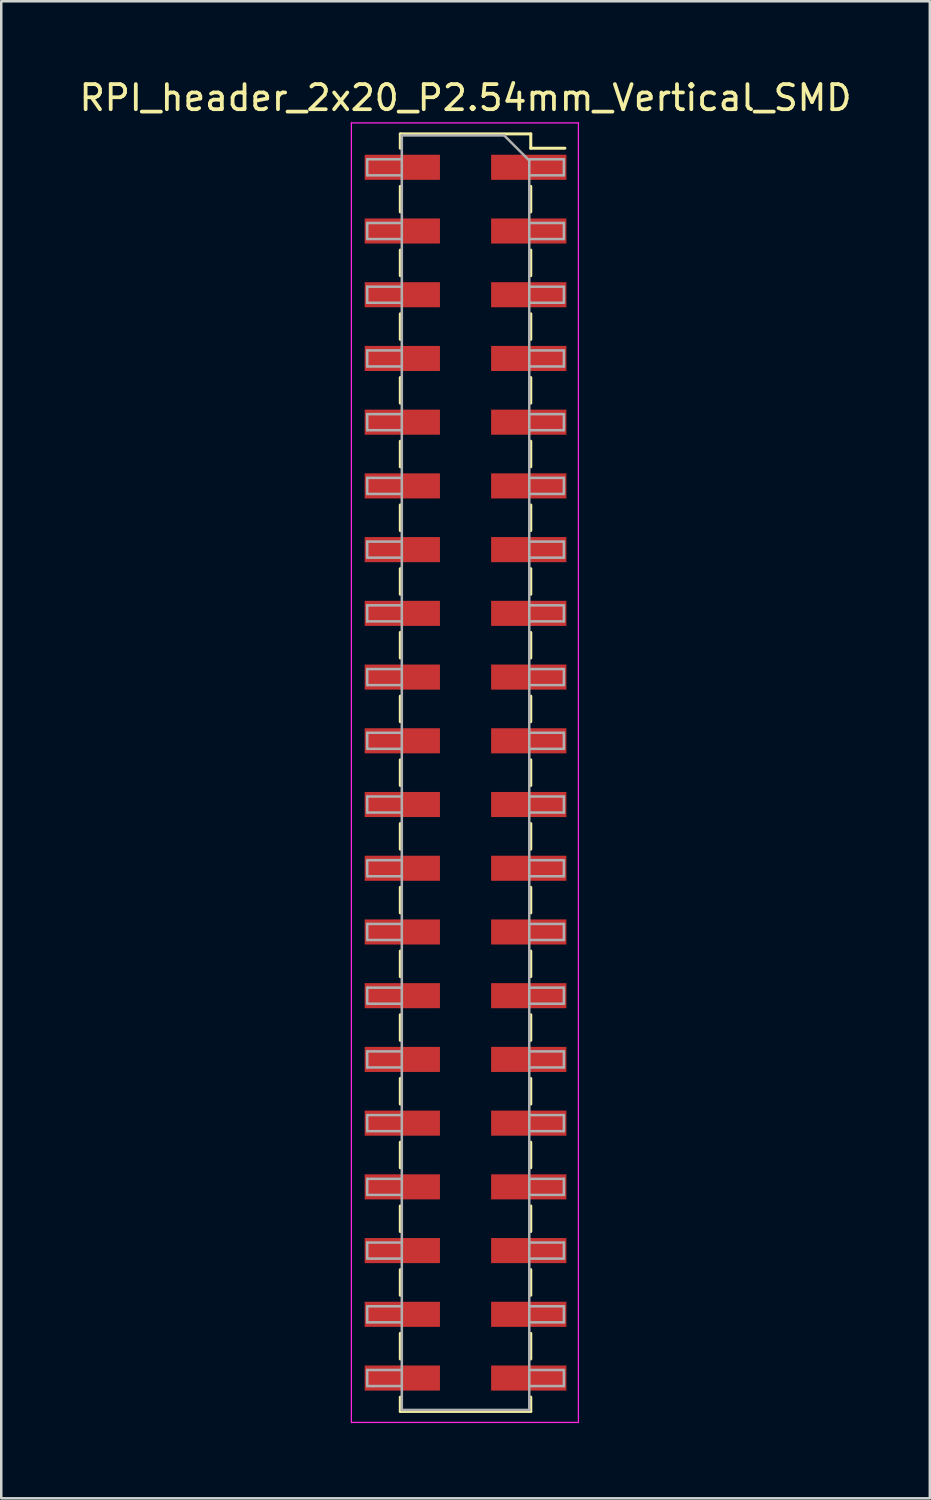
<source format=kicad_pcb>
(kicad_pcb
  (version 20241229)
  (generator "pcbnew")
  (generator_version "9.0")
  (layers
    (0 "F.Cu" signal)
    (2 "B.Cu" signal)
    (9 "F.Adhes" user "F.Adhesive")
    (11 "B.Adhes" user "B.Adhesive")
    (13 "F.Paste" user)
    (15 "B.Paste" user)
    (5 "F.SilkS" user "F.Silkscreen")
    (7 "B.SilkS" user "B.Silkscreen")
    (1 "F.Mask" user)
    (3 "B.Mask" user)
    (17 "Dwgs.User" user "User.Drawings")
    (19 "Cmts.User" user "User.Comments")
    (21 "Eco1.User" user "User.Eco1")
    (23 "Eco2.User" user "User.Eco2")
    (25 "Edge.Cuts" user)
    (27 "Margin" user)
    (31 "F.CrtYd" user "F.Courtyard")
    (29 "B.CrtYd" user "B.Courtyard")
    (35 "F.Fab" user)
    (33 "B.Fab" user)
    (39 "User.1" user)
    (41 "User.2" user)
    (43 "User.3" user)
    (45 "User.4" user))
  (footprint "RPI_header_2x20_P2.54mm_Vertical_SMD"
    (layer "F.Cu")
    (at 15.506 27.748)
    (property "Reference" "RPI_header_2x20_P2.54mm_Vertical_SMD" (at 0 -26.9 0) (layer "F.SilkS") (effects (font (size 1 1) (thickness 0.15))))
    (attr smd)
    (fp_line (start -2.6 -25.46) (end -2.6 -24.89) (stroke (width 0.12) (type solid)) (layer "F.SilkS"))
    (fp_line (start -2.6 -25.46) (end 2.6 -25.46) (stroke (width 0.12) (type solid)) (layer "F.SilkS"))
    (fp_line (start -2.6 -23.37) (end -2.6 -22.35) (stroke (width 0.12) (type solid)) (layer "F.SilkS"))
    (fp_line (start -2.6 -20.83) (end -2.6 -19.81) (stroke (width 0.12) (type solid)) (layer "F.SilkS"))
    (fp_line (start -2.6 -18.29) (end -2.6 -17.27) (stroke (width 0.12) (type solid)) (layer "F.SilkS"))
    (fp_line (start -2.6 -15.75) (end -2.6 -14.73) (stroke (width 0.12) (type solid)) (layer "F.SilkS"))
    (fp_line (start -2.6 -13.21) (end -2.6 -12.19) (stroke (width 0.12) (type solid)) (layer "F.SilkS"))
    (fp_line (start -2.6 -10.67) (end -2.6 -9.65) (stroke (width 0.12) (type solid)) (layer "F.SilkS"))
    (fp_line (start -2.6 -8.13) (end -2.6 -7.11) (stroke (width 0.12) (type solid)) (layer "F.SilkS"))
    (fp_line (start -2.6 -5.59) (end -2.6 -4.57) (stroke (width 0.12) (type solid)) (layer "F.SilkS"))
    (fp_line (start -2.6 -3.05) (end -2.6 -2.03) (stroke (width 0.12) (type solid)) (layer "F.SilkS"))
    (fp_line (start -2.6 -0.51) (end -2.6 0.51) (stroke (width 0.12) (type solid)) (layer "F.SilkS"))
    (fp_line (start -2.6 2.03) (end -2.6 3.05) (stroke (width 0.12) (type solid)) (layer "F.SilkS"))
    (fp_line (start -2.6 4.57) (end -2.6 5.59) (stroke (width 0.12) (type solid)) (layer "F.SilkS"))
    (fp_line (start -2.6 7.11) (end -2.6 8.13) (stroke (width 0.12) (type solid)) (layer "F.SilkS"))
    (fp_line (start -2.6 9.65) (end -2.6 10.67) (stroke (width 0.12) (type solid)) (layer "F.SilkS"))
    (fp_line (start -2.6 12.19) (end -2.6 13.21) (stroke (width 0.12) (type solid)) (layer "F.SilkS"))
    (fp_line (start -2.6 14.73) (end -2.6 15.75) (stroke (width 0.12) (type solid)) (layer "F.SilkS"))
    (fp_line (start -2.6 17.27) (end -2.6 18.29) (stroke (width 0.12) (type solid)) (layer "F.SilkS"))
    (fp_line (start -2.6 19.81) (end -2.6 20.83) (stroke (width 0.12) (type solid)) (layer "F.SilkS"))
    (fp_line (start -2.6 22.35) (end -2.6 23.37) (stroke (width 0.12) (type solid)) (layer "F.SilkS"))
    (fp_line (start -2.6 24.89) (end -2.6 25.46) (stroke (width 0.12) (type solid)) (layer "F.SilkS"))
    (fp_line (start -2.6 25.46) (end 2.6 25.46) (stroke (width 0.12) (type solid)) (layer "F.SilkS"))
    (fp_line (start 2.6 -25.46) (end 2.6 -24.89) (stroke (width 0.12) (type solid)) (layer "F.SilkS"))
    (fp_line (start 2.6 -24.89) (end 3.96 -24.89) (stroke (width 0.12) (type solid)) (layer "F.SilkS"))
    (fp_line (start 2.6 -23.37) (end 2.6 -22.35) (stroke (width 0.12) (type solid)) (layer "F.SilkS"))
    (fp_line (start 2.6 -20.83) (end 2.6 -19.81) (stroke (width 0.12) (type solid)) (layer "F.SilkS"))
    (fp_line (start 2.6 -18.29) (end 2.6 -17.27) (stroke (width 0.12) (type solid)) (layer "F.SilkS"))
    (fp_line (start 2.6 -15.75) (end 2.6 -14.73) (stroke (width 0.12) (type solid)) (layer "F.SilkS"))
    (fp_line (start 2.6 -13.21) (end 2.6 -12.19) (stroke (width 0.12) (type solid)) (layer "F.SilkS"))
    (fp_line (start 2.6 -10.67) (end 2.6 -9.65) (stroke (width 0.12) (type solid)) (layer "F.SilkS"))
    (fp_line (start 2.6 -8.13) (end 2.6 -7.11) (stroke (width 0.12) (type solid)) (layer "F.SilkS"))
    (fp_line (start 2.6 -5.59) (end 2.6 -4.57) (stroke (width 0.12) (type solid)) (layer "F.SilkS"))
    (fp_line (start 2.6 -3.05) (end 2.6 -2.03) (stroke (width 0.12) (type solid)) (layer "F.SilkS"))
    (fp_line (start 2.6 -0.51) (end 2.6 0.51) (stroke (width 0.12) (type solid)) (layer "F.SilkS"))
    (fp_line (start 2.6 2.03) (end 2.6 3.05) (stroke (width 0.12) (type solid)) (layer "F.SilkS"))
    (fp_line (start 2.6 4.57) (end 2.6 5.59) (stroke (width 0.12) (type solid)) (layer "F.SilkS"))
    (fp_line (start 2.6 7.11) (end 2.6 8.13) (stroke (width 0.12) (type solid)) (layer "F.SilkS"))
    (fp_line (start 2.6 9.65) (end 2.6 10.67) (stroke (width 0.12) (type solid)) (layer "F.SilkS"))
    (fp_line (start 2.6 12.19) (end 2.6 13.21) (stroke (width 0.12) (type solid)) (layer "F.SilkS"))
    (fp_line (start 2.6 14.73) (end 2.6 15.75) (stroke (width 0.12) (type solid)) (layer "F.SilkS"))
    (fp_line (start 2.6 17.27) (end 2.6 18.29) (stroke (width 0.12) (type solid)) (layer "F.SilkS"))
    (fp_line (start 2.6 19.81) (end 2.6 20.83) (stroke (width 0.12) (type solid)) (layer "F.SilkS"))
    (fp_line (start 2.6 22.35) (end 2.6 23.37) (stroke (width 0.12) (type solid)) (layer "F.SilkS"))
    (fp_line (start 2.6 24.89) (end 2.6 25.46) (stroke (width 0.12) (type solid)) (layer "F.SilkS"))
    (fp_line (start -4.55 -25.9) (end 4.5 -25.9) (stroke (width 0.05) (type solid)) (layer "F.CrtYd"))
    (fp_line (start -4.55 25.9) (end -4.55 -25.9) (stroke (width 0.05) (type solid)) (layer "F.CrtYd"))
    (fp_line (start 4.5 -25.9) (end 4.5 25.9) (stroke (width 0.05) (type solid)) (layer "F.CrtYd"))
    (fp_line (start 4.5 25.9) (end -4.55 25.9) (stroke (width 0.05) (type solid)) (layer "F.CrtYd"))
    (fp_line (start -3.92 -24.45) (end -2.54 -24.45) (stroke (width 0.1) (type solid)) (layer "F.Fab"))
    (fp_line (start -3.92 -23.81) (end -3.92 -24.45) (stroke (width 0.1) (type solid)) (layer "F.Fab"))
    (fp_line (start -3.92 -21.91) (end -2.54 -21.91) (stroke (width 0.1) (type solid)) (layer "F.Fab"))
    (fp_line (start -3.92 -21.27) (end -3.92 -21.91) (stroke (width 0.1) (type solid)) (layer "F.Fab"))
    (fp_line (start -3.92 -19.37) (end -2.54 -19.37) (stroke (width 0.1) (type solid)) (layer "F.Fab"))
    (fp_line (start -3.92 -18.73) (end -3.92 -19.37) (stroke (width 0.1) (type solid)) (layer "F.Fab"))
    (fp_line (start -3.92 -16.83) (end -2.54 -16.83) (stroke (width 0.1) (type solid)) (layer "F.Fab"))
    (fp_line (start -3.92 -16.19) (end -3.92 -16.83) (stroke (width 0.1) (type solid)) (layer "F.Fab"))
    (fp_line (start -3.92 -14.29) (end -2.54 -14.29) (stroke (width 0.1) (type solid)) (layer "F.Fab"))
    (fp_line (start -3.92 -13.65) (end -3.92 -14.29) (stroke (width 0.1) (type solid)) (layer "F.Fab"))
    (fp_line (start -3.92 -11.75) (end -2.54 -11.75) (stroke (width 0.1) (type solid)) (layer "F.Fab"))
    (fp_line (start -3.92 -11.11) (end -3.92 -11.75) (stroke (width 0.1) (type solid)) (layer "F.Fab"))
    (fp_line (start -3.92 -9.21) (end -2.54 -9.21) (stroke (width 0.1) (type solid)) (layer "F.Fab"))
    (fp_line (start -3.92 -8.57) (end -3.92 -9.21) (stroke (width 0.1) (type solid)) (layer "F.Fab"))
    (fp_line (start -3.92 -6.67) (end -2.54 -6.67) (stroke (width 0.1) (type solid)) (layer "F.Fab"))
    (fp_line (start -3.92 -6.03) (end -3.92 -6.67) (stroke (width 0.1) (type solid)) (layer "F.Fab"))
    (fp_line (start -3.92 -4.13) (end -2.54 -4.13) (stroke (width 0.1) (type solid)) (layer "F.Fab"))
    (fp_line (start -3.92 -3.49) (end -3.92 -4.13) (stroke (width 0.1) (type solid)) (layer "F.Fab"))
    (fp_line (start -3.92 -1.59) (end -2.54 -1.59) (stroke (width 0.1) (type solid)) (layer "F.Fab"))
    (fp_line (start -3.92 -0.95) (end -3.92 -1.59) (stroke (width 0.1) (type solid)) (layer "F.Fab"))
    (fp_line (start -3.92 0.95) (end -2.54 0.95) (stroke (width 0.1) (type solid)) (layer "F.Fab"))
    (fp_line (start -3.92 1.59) (end -3.92 0.95) (stroke (width 0.1) (type solid)) (layer "F.Fab"))
    (fp_line (start -3.92 3.49) (end -2.54 3.49) (stroke (width 0.1) (type solid)) (layer "F.Fab"))
    (fp_line (start -3.92 4.13) (end -3.92 3.49) (stroke (width 0.1) (type solid)) (layer "F.Fab"))
    (fp_line (start -3.92 6.03) (end -2.54 6.03) (stroke (width 0.1) (type solid)) (layer "F.Fab"))
    (fp_line (start -3.92 6.67) (end -3.92 6.03) (stroke (width 0.1) (type solid)) (layer "F.Fab"))
    (fp_line (start -3.92 8.57) (end -2.54 8.57) (stroke (width 0.1) (type solid)) (layer "F.Fab"))
    (fp_line (start -3.92 9.21) (end -3.92 8.57) (stroke (width 0.1) (type solid)) (layer "F.Fab"))
    (fp_line (start -3.92 11.11) (end -2.54 11.11) (stroke (width 0.1) (type solid)) (layer "F.Fab"))
    (fp_line (start -3.92 11.75) (end -3.92 11.11) (stroke (width 0.1) (type solid)) (layer "F.Fab"))
    (fp_line (start -3.92 13.65) (end -2.54 13.65) (stroke (width 0.1) (type solid)) (layer "F.Fab"))
    (fp_line (start -3.92 14.29) (end -3.92 13.65) (stroke (width 0.1) (type solid)) (layer "F.Fab"))
    (fp_line (start -3.92 16.19) (end -2.54 16.19) (stroke (width 0.1) (type solid)) (layer "F.Fab"))
    (fp_line (start -3.92 16.83) (end -3.92 16.19) (stroke (width 0.1) (type solid)) (layer "F.Fab"))
    (fp_line (start -3.92 18.73) (end -2.54 18.73) (stroke (width 0.1) (type solid)) (layer "F.Fab"))
    (fp_line (start -3.92 19.37) (end -3.92 18.73) (stroke (width 0.1) (type solid)) (layer "F.Fab"))
    (fp_line (start -3.92 21.27) (end -2.54 21.27) (stroke (width 0.1) (type solid)) (layer "F.Fab"))
    (fp_line (start -3.92 21.91) (end -3.92 21.27) (stroke (width 0.1) (type solid)) (layer "F.Fab"))
    (fp_line (start -3.92 23.81) (end -2.54 23.81) (stroke (width 0.1) (type solid)) (layer "F.Fab"))
    (fp_line (start -3.92 24.45) (end -3.92 23.81) (stroke (width 0.1) (type solid)) (layer "F.Fab"))
    (fp_line (start -2.54 -25.4) (end 1.54 -25.4) (stroke (width 0.1) (type solid)) (layer "F.Fab"))
    (fp_line (start -2.54 -23.81) (end -3.92 -23.81) (stroke (width 0.1) (type solid)) (layer "F.Fab"))
    (fp_line (start -2.54 -21.27) (end -3.92 -21.27) (stroke (width 0.1) (type solid)) (layer "F.Fab"))
    (fp_line (start -2.54 -18.73) (end -3.92 -18.73) (stroke (width 0.1) (type solid)) (layer "F.Fab"))
    (fp_line (start -2.54 -16.19) (end -3.92 -16.19) (stroke (width 0.1) (type solid)) (layer "F.Fab"))
    (fp_line (start -2.54 -13.65) (end -3.92 -13.65) (stroke (width 0.1) (type solid)) (layer "F.Fab"))
    (fp_line (start -2.54 -11.11) (end -3.92 -11.11) (stroke (width 0.1) (type solid)) (layer "F.Fab"))
    (fp_line (start -2.54 -8.57) (end -3.92 -8.57) (stroke (width 0.1) (type solid)) (layer "F.Fab"))
    (fp_line (start -2.54 -6.03) (end -3.92 -6.03) (stroke (width 0.1) (type solid)) (layer "F.Fab"))
    (fp_line (start -2.54 -3.49) (end -3.92 -3.49) (stroke (width 0.1) (type solid)) (layer "F.Fab"))
    (fp_line (start -2.54 -0.95) (end -3.92 -0.95) (stroke (width 0.1) (type solid)) (layer "F.Fab"))
    (fp_line (start -2.54 1.59) (end -3.92 1.59) (stroke (width 0.1) (type solid)) (layer "F.Fab"))
    (fp_line (start -2.54 4.13) (end -3.92 4.13) (stroke (width 0.1) (type solid)) (layer "F.Fab"))
    (fp_line (start -2.54 6.67) (end -3.92 6.67) (stroke (width 0.1) (type solid)) (layer "F.Fab"))
    (fp_line (start -2.54 9.21) (end -3.92 9.21) (stroke (width 0.1) (type solid)) (layer "F.Fab"))
    (fp_line (start -2.54 11.75) (end -3.92 11.75) (stroke (width 0.1) (type solid)) (layer "F.Fab"))
    (fp_line (start -2.54 14.29) (end -3.92 14.29) (stroke (width 0.1) (type solid)) (layer "F.Fab"))
    (fp_line (start -2.54 16.83) (end -3.92 16.83) (stroke (width 0.1) (type solid)) (layer "F.Fab"))
    (fp_line (start -2.54 19.37) (end -3.92 19.37) (stroke (width 0.1) (type solid)) (layer "F.Fab"))
    (fp_line (start -2.54 21.91) (end -3.92 21.91) (stroke (width 0.1) (type solid)) (layer "F.Fab"))
    (fp_line (start -2.54 24.45) (end -3.92 24.45) (stroke (width 0.1) (type solid)) (layer "F.Fab"))
    (fp_line (start -2.54 25.4) (end -2.54 -25.4) (stroke (width 0.1) (type solid)) (layer "F.Fab"))
    (fp_line (start 1.54 -25.4) (end 2.54 -24.4) (stroke (width 0.1) (type solid)) (layer "F.Fab"))
    (fp_line (start 2.54 -24.45) (end 3.92 -24.45) (stroke (width 0.1) (type solid)) (layer "F.Fab"))
    (fp_line (start 2.54 -24.4) (end 2.54 25.4) (stroke (width 0.1) (type solid)) (layer "F.Fab"))
    (fp_line (start 2.54 -21.91) (end 3.92 -21.91) (stroke (width 0.1) (type solid)) (layer "F.Fab"))
    (fp_line (start 2.54 -19.37) (end 3.92 -19.37) (stroke (width 0.1) (type solid)) (layer "F.Fab"))
    (fp_line (start 2.54 -16.83) (end 3.92 -16.83) (stroke (width 0.1) (type solid)) (layer "F.Fab"))
    (fp_line (start 2.54 -14.29) (end 3.92 -14.29) (stroke (width 0.1) (type solid)) (layer "F.Fab"))
    (fp_line (start 2.54 -11.75) (end 3.92 -11.75) (stroke (width 0.1) (type solid)) (layer "F.Fab"))
    (fp_line (start 2.54 -9.21) (end 3.92 -9.21) (stroke (width 0.1) (type solid)) (layer "F.Fab"))
    (fp_line (start 2.54 -6.67) (end 3.92 -6.67) (stroke (width 0.1) (type solid)) (layer "F.Fab"))
    (fp_line (start 2.54 -4.13) (end 3.92 -4.13) (stroke (width 0.1) (type solid)) (layer "F.Fab"))
    (fp_line (start 2.54 -1.59) (end 3.92 -1.59) (stroke (width 0.1) (type solid)) (layer "F.Fab"))
    (fp_line (start 2.54 0.95) (end 3.92 0.95) (stroke (width 0.1) (type solid)) (layer "F.Fab"))
    (fp_line (start 2.54 3.49) (end 3.92 3.49) (stroke (width 0.1) (type solid)) (layer "F.Fab"))
    (fp_line (start 2.54 6.03) (end 3.92 6.03) (stroke (width 0.1) (type solid)) (layer "F.Fab"))
    (fp_line (start 2.54 8.57) (end 3.92 8.57) (stroke (width 0.1) (type solid)) (layer "F.Fab"))
    (fp_line (start 2.54 11.11) (end 3.92 11.11) (stroke (width 0.1) (type solid)) (layer "F.Fab"))
    (fp_line (start 2.54 13.65) (end 3.92 13.65) (stroke (width 0.1) (type solid)) (layer "F.Fab"))
    (fp_line (start 2.54 16.19) (end 3.92 16.19) (stroke (width 0.1) (type solid)) (layer "F.Fab"))
    (fp_line (start 2.54 18.73) (end 3.92 18.73) (stroke (width 0.1) (type solid)) (layer "F.Fab"))
    (fp_line (start 2.54 21.27) (end 3.92 21.27) (stroke (width 0.1) (type solid)) (layer "F.Fab"))
    (fp_line (start 2.54 23.81) (end 3.92 23.81) (stroke (width 0.1) (type solid)) (layer "F.Fab"))
    (fp_line (start 2.54 25.4) (end -2.54 25.4) (stroke (width 0.1) (type solid)) (layer "F.Fab"))
    (fp_line (start 3.92 -24.45) (end 3.92 -23.81) (stroke (width 0.1) (type solid)) (layer "F.Fab"))
    (fp_line (start 3.92 -23.81) (end 2.54 -23.81) (stroke (width 0.1) (type solid)) (layer "F.Fab"))
    (fp_line (start 3.92 -21.91) (end 3.92 -21.27) (stroke (width 0.1) (type solid)) (layer "F.Fab"))
    (fp_line (start 3.92 -21.27) (end 2.54 -21.27) (stroke (width 0.1) (type solid)) (layer "F.Fab"))
    (fp_line (start 3.92 -19.37) (end 3.92 -18.73) (stroke (width 0.1) (type solid)) (layer "F.Fab"))
    (fp_line (start 3.92 -18.73) (end 2.54 -18.73) (stroke (width 0.1) (type solid)) (layer "F.Fab"))
    (fp_line (start 3.92 -16.83) (end 3.92 -16.19) (stroke (width 0.1) (type solid)) (layer "F.Fab"))
    (fp_line (start 3.92 -16.19) (end 2.54 -16.19) (stroke (width 0.1) (type solid)) (layer "F.Fab"))
    (fp_line (start 3.92 -14.29) (end 3.92 -13.65) (stroke (width 0.1) (type solid)) (layer "F.Fab"))
    (fp_line (start 3.92 -13.65) (end 2.54 -13.65) (stroke (width 0.1) (type solid)) (layer "F.Fab"))
    (fp_line (start 3.92 -11.75) (end 3.92 -11.11) (stroke (width 0.1) (type solid)) (layer "F.Fab"))
    (fp_line (start 3.92 -11.11) (end 2.54 -11.11) (stroke (width 0.1) (type solid)) (layer "F.Fab"))
    (fp_line (start 3.92 -9.21) (end 3.92 -8.57) (stroke (width 0.1) (type solid)) (layer "F.Fab"))
    (fp_line (start 3.92 -8.57) (end 2.54 -8.57) (stroke (width 0.1) (type solid)) (layer "F.Fab"))
    (fp_line (start 3.92 -6.67) (end 3.92 -6.03) (stroke (width 0.1) (type solid)) (layer "F.Fab"))
    (fp_line (start 3.92 -6.03) (end 2.54 -6.03) (stroke (width 0.1) (type solid)) (layer "F.Fab"))
    (fp_line (start 3.92 -4.13) (end 3.92 -3.49) (stroke (width 0.1) (type solid)) (layer "F.Fab"))
    (fp_line (start 3.92 -3.49) (end 2.54 -3.49) (stroke (width 0.1) (type solid)) (layer "F.Fab"))
    (fp_line (start 3.92 -1.59) (end 3.92 -0.95) (stroke (width 0.1) (type solid)) (layer "F.Fab"))
    (fp_line (start 3.92 -0.95) (end 2.54 -0.95) (stroke (width 0.1) (type solid)) (layer "F.Fab"))
    (fp_line (start 3.92 0.95) (end 3.92 1.59) (stroke (width 0.1) (type solid)) (layer "F.Fab"))
    (fp_line (start 3.92 1.59) (end 2.54 1.59) (stroke (width 0.1) (type solid)) (layer "F.Fab"))
    (fp_line (start 3.92 3.49) (end 3.92 4.13) (stroke (width 0.1) (type solid)) (layer "F.Fab"))
    (fp_line (start 3.92 4.13) (end 2.54 4.13) (stroke (width 0.1) (type solid)) (layer "F.Fab"))
    (fp_line (start 3.92 6.03) (end 3.92 6.67) (stroke (width 0.1) (type solid)) (layer "F.Fab"))
    (fp_line (start 3.92 6.67) (end 2.54 6.67) (stroke (width 0.1) (type solid)) (layer "F.Fab"))
    (fp_line (start 3.92 8.57) (end 3.92 9.21) (stroke (width 0.1) (type solid)) (layer "F.Fab"))
    (fp_line (start 3.92 9.21) (end 2.54 9.21) (stroke (width 0.1) (type solid)) (layer "F.Fab"))
    (fp_line (start 3.92 11.11) (end 3.92 11.75) (stroke (width 0.1) (type solid)) (layer "F.Fab"))
    (fp_line (start 3.92 11.75) (end 2.54 11.75) (stroke (width 0.1) (type solid)) (layer "F.Fab"))
    (fp_line (start 3.92 13.65) (end 3.92 14.29) (stroke (width 0.1) (type solid)) (layer "F.Fab"))
    (fp_line (start 3.92 14.29) (end 2.54 14.29) (stroke (width 0.1) (type solid)) (layer "F.Fab"))
    (fp_line (start 3.92 16.19) (end 3.92 16.83) (stroke (width 0.1) (type solid)) (layer "F.Fab"))
    (fp_line (start 3.92 16.83) (end 2.54 16.83) (stroke (width 0.1) (type solid)) (layer "F.Fab"))
    (fp_line (start 3.92 18.73) (end 3.92 19.37) (stroke (width 0.1) (type solid)) (layer "F.Fab"))
    (fp_line (start 3.92 19.37) (end 2.54 19.37) (stroke (width 0.1) (type solid)) (layer "F.Fab"))
    (fp_line (start 3.92 21.27) (end 3.92 21.91) (stroke (width 0.1) (type solid)) (layer "F.Fab"))
    (fp_line (start 3.92 21.91) (end 2.54 21.91) (stroke (width 0.1) (type solid)) (layer "F.Fab"))
    (fp_line (start 3.92 23.81) (end 3.92 24.45) (stroke (width 0.1) (type solid)) (layer "F.Fab"))
    (fp_line (start 3.92 24.45) (end 2.54 24.45) (stroke (width 0.1) (type solid)) (layer "F.Fab"))
    (pad "1" smd rect (at 2.52 -24.13) (size 3 1) (layers "F.Cu" "F.Mask" "F.Paste"))
    (pad "2" smd rect (at -2.52 -24.13) (size 3 1) (layers "F.Cu" "F.Mask" "F.Paste"))
    (pad "3" smd rect (at 2.52 -21.59) (size 3 1) (layers "F.Cu" "F.Mask" "F.Paste"))
    (pad "4" smd rect (at -2.52 -21.59) (size 3 1) (layers "F.Cu" "F.Mask" "F.Paste"))
    (pad "5" smd rect (at 2.52 -19.05) (size 3 1) (layers "F.Cu" "F.Mask" "F.Paste"))
    (pad "6" smd rect (at -2.52 -19.05) (size 3 1) (layers "F.Cu" "F.Mask" "F.Paste"))
    (pad "7" smd rect (at 2.52 -16.51) (size 3 1) (layers "F.Cu" "F.Mask" "F.Paste"))
    (pad "8" smd rect (at -2.52 -16.51) (size 3 1) (layers "F.Cu" "F.Mask" "F.Paste"))
    (pad "9" smd rect (at 2.52 -13.97) (size 3 1) (layers "F.Cu" "F.Mask" "F.Paste"))
    (pad "10" smd rect (at -2.52 -13.97) (size 3 1) (layers "F.Cu" "F.Mask" "F.Paste"))
    (pad "11" smd rect (at 2.52 -11.43) (size 3 1) (layers "F.Cu" "F.Mask" "F.Paste"))
    (pad "12" smd rect (at -2.52 -11.43) (size 3 1) (layers "F.Cu" "F.Mask" "F.Paste"))
    (pad "13" smd rect (at 2.52 -8.89) (size 3 1) (layers "F.Cu" "F.Mask" "F.Paste"))
    (pad "14" smd rect (at -2.52 -8.89) (size 3 1) (layers "F.Cu" "F.Mask" "F.Paste"))
    (pad "15" smd rect (at 2.52 -6.35) (size 3 1) (layers "F.Cu" "F.Mask" "F.Paste"))
    (pad "16" smd rect (at -2.52 -6.35) (size 3 1) (layers "F.Cu" "F.Mask" "F.Paste"))
    (pad "17" smd rect (at 2.52 -3.81) (size 3 1) (layers "F.Cu" "F.Mask" "F.Paste"))
    (pad "18" smd rect (at -2.52 -3.81) (size 3 1) (layers "F.Cu" "F.Mask" "F.Paste"))
    (pad "19" smd rect (at 2.52 -1.27) (size 3 1) (layers "F.Cu" "F.Mask" "F.Paste"))
    (pad "20" smd rect (at -2.52 -1.27) (size 3 1) (layers "F.Cu" "F.Mask" "F.Paste"))
    (pad "21" smd rect (at 2.52 1.27) (size 3 1) (layers "F.Cu" "F.Mask" "F.Paste"))
    (pad "22" smd rect (at -2.52 1.27) (size 3 1) (layers "F.Cu" "F.Mask" "F.Paste"))
    (pad "23" smd rect (at 2.52 3.81) (size 3 1) (layers "F.Cu" "F.Mask" "F.Paste"))
    (pad "24" smd rect (at -2.52 3.81) (size 3 1) (layers "F.Cu" "F.Mask" "F.Paste"))
    (pad "25" smd rect (at 2.52 6.35) (size 3 1) (layers "F.Cu" "F.Mask" "F.Paste"))
    (pad "26" smd rect (at -2.52 6.35) (size 3 1) (layers "F.Cu" "F.Mask" "F.Paste"))
    (pad "27" smd rect (at 2.52 8.89) (size 3 1) (layers "F.Cu" "F.Mask" "F.Paste"))
    (pad "28" smd rect (at -2.52 8.89) (size 3 1) (layers "F.Cu" "F.Mask" "F.Paste"))
    (pad "29" smd rect (at 2.52 11.43) (size 3 1) (layers "F.Cu" "F.Mask" "F.Paste"))
    (pad "30" smd rect (at -2.52 11.43) (size 3 1) (layers "F.Cu" "F.Mask" "F.Paste"))
    (pad "31" smd rect (at 2.52 13.97) (size 3 1) (layers "F.Cu" "F.Mask" "F.Paste"))
    (pad "32" smd rect (at -2.52 13.97) (size 3 1) (layers "F.Cu" "F.Mask" "F.Paste"))
    (pad "33" smd rect (at 2.52 16.51) (size 3 1) (layers "F.Cu" "F.Mask" "F.Paste"))
    (pad "34" smd rect (at -2.52 16.51) (size 3 1) (layers "F.Cu" "F.Mask" "F.Paste"))
    (pad "35" smd rect (at 2.52 19.05) (size 3 1) (layers "F.Cu" "F.Mask" "F.Paste"))
    (pad "36" smd rect (at -2.52 19.05) (size 3 1) (layers "F.Cu" "F.Mask" "F.Paste"))
    (pad "37" smd rect (at 2.52 21.59) (size 3 1) (layers "F.Cu" "F.Mask" "F.Paste"))
    (pad "38" smd rect (at -2.52 21.59) (size 3 1) (layers "F.Cu" "F.Mask" "F.Paste"))
    (pad "39" smd rect (at 2.52 24.13) (size 3 1) (layers "F.Cu" "F.Mask" "F.Paste"))
    (pad "40" smd rect (at -2.52 24.13) (size 3 1) (layers "F.Cu" "F.Mask" "F.Paste")))
  (gr_rect
    (start -3 -3)
    (end 34.012 56.673)
    (stroke (width 0.1) (type default))
    (fill no)
    (layer "Edge.Cuts")))
</source>
